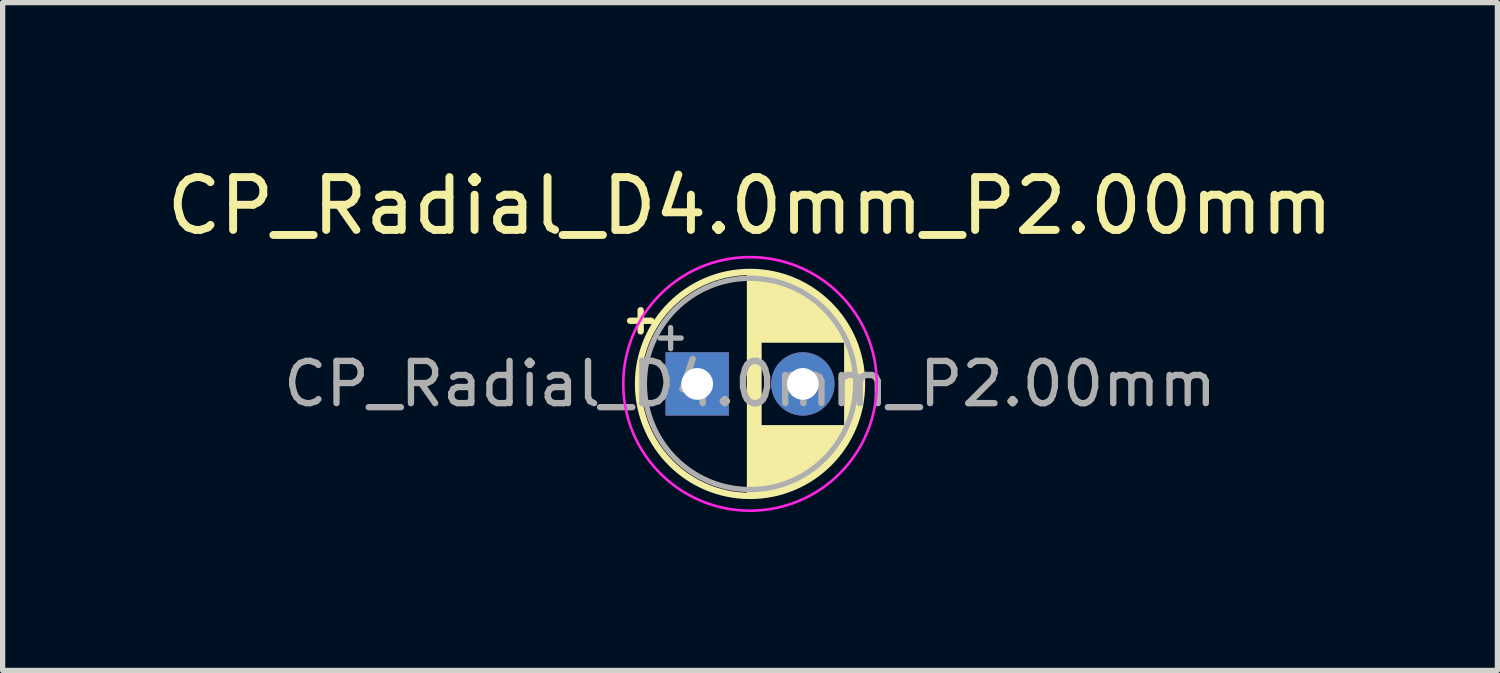
<source format=kicad_pcb>
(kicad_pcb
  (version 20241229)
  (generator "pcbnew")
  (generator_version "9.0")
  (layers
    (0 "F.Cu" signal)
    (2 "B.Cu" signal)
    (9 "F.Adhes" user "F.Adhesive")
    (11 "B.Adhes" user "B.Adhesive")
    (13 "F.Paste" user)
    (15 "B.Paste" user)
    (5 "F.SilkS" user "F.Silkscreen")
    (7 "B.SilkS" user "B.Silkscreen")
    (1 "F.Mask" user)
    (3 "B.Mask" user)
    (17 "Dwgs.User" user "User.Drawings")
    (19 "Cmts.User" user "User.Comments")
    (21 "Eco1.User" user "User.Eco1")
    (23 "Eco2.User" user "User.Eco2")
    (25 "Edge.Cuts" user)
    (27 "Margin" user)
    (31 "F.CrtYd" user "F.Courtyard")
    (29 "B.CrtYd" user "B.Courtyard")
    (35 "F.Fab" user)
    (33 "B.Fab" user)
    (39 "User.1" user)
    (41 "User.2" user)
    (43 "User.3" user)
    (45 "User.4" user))
  (footprint "CP_Radial_D4.0mm_P2.00mm"
    (layer "F.Cu")
    (at 10.149 4.218)
    (property "Reference" "CP_Radial_D4.0mm_P2.00mm" (at 1 -3.37 0) (layer "F.SilkS") (effects (font (size 1 1) (thickness 0.15))))
    (attr through_hole)
    (fp_line (start -1.27 -1.195) (end -0.87 -1.195) (stroke (width 0.12) (type solid)) (layer "F.SilkS"))
    (fp_line (start -1.07 -1.395) (end -1.07 -0.995) (stroke (width 0.12) (type solid)) (layer "F.SilkS"))
    (fp_line (start 1 -2.08) (end 1 2.08) (stroke (width 0.12) (type solid)) (layer "F.SilkS"))
    (fp_line (start 1.04 -2.08) (end 1.04 2.08) (stroke (width 0.12) (type solid)) (layer "F.SilkS"))
    (fp_line (start 1.08 -2.079) (end 1.08 2.079) (stroke (width 0.12) (type solid)) (layer "F.SilkS"))
    (fp_line (start 1.12 -2.077) (end 1.12 2.077) (stroke (width 0.12) (type solid)) (layer "F.SilkS"))
    (fp_line (start 1.16 -2.074) (end 1.16 2.074) (stroke (width 0.12) (type solid)) (layer "F.SilkS"))
    (fp_line (start 1.2 -2.071) (end 1.2 -0.84) (stroke (width 0.12) (type solid)) (layer "F.SilkS"))
    (fp_line (start 1.2 0.84) (end 1.2 2.071) (stroke (width 0.12) (type solid)) (layer "F.SilkS"))
    (fp_line (start 1.24 -2.067) (end 1.24 -0.84) (stroke (width 0.12) (type solid)) (layer "F.SilkS"))
    (fp_line (start 1.24 0.84) (end 1.24 2.067) (stroke (width 0.12) (type solid)) (layer "F.SilkS"))
    (fp_line (start 1.28 -2.062) (end 1.28 -0.84) (stroke (width 0.12) (type solid)) (layer "F.SilkS"))
    (fp_line (start 1.28 0.84) (end 1.28 2.062) (stroke (width 0.12) (type solid)) (layer "F.SilkS"))
    (fp_line (start 1.32 -2.056) (end 1.32 -0.84) (stroke (width 0.12) (type solid)) (layer "F.SilkS"))
    (fp_line (start 1.32 0.84) (end 1.32 2.056) (stroke (width 0.12) (type solid)) (layer "F.SilkS"))
    (fp_line (start 1.36 -2.05) (end 1.36 -0.84) (stroke (width 0.12) (type solid)) (layer "F.SilkS"))
    (fp_line (start 1.36 0.84) (end 1.36 2.05) (stroke (width 0.12) (type solid)) (layer "F.SilkS"))
    (fp_line (start 1.4 -2.042) (end 1.4 -0.84) (stroke (width 0.12) (type solid)) (layer "F.SilkS"))
    (fp_line (start 1.4 0.84) (end 1.4 2.042) (stroke (width 0.12) (type solid)) (layer "F.SilkS"))
    (fp_line (start 1.44 -2.034) (end 1.44 -0.84) (stroke (width 0.12) (type solid)) (layer "F.SilkS"))
    (fp_line (start 1.44 0.84) (end 1.44 2.034) (stroke (width 0.12) (type solid)) (layer "F.SilkS"))
    (fp_line (start 1.48 -2.025) (end 1.48 -0.84) (stroke (width 0.12) (type solid)) (layer "F.SilkS"))
    (fp_line (start 1.48 0.84) (end 1.48 2.025) (stroke (width 0.12) (type solid)) (layer "F.SilkS"))
    (fp_line (start 1.52 -2.016) (end 1.52 -0.84) (stroke (width 0.12) (type solid)) (layer "F.SilkS"))
    (fp_line (start 1.52 0.84) (end 1.52 2.016) (stroke (width 0.12) (type solid)) (layer "F.SilkS"))
    (fp_line (start 1.56 -2.005) (end 1.56 -0.84) (stroke (width 0.12) (type solid)) (layer "F.SilkS"))
    (fp_line (start 1.56 0.84) (end 1.56 2.005) (stroke (width 0.12) (type solid)) (layer "F.SilkS"))
    (fp_line (start 1.6 -1.994) (end 1.6 -0.84) (stroke (width 0.12) (type solid)) (layer "F.SilkS"))
    (fp_line (start 1.6 0.84) (end 1.6 1.994) (stroke (width 0.12) (type solid)) (layer "F.SilkS"))
    (fp_line (start 1.64 -1.982) (end 1.64 -0.84) (stroke (width 0.12) (type solid)) (layer "F.SilkS"))
    (fp_line (start 1.64 0.84) (end 1.64 1.982) (stroke (width 0.12) (type solid)) (layer "F.SilkS"))
    (fp_line (start 1.68 -1.968) (end 1.68 -0.84) (stroke (width 0.12) (type solid)) (layer "F.SilkS"))
    (fp_line (start 1.68 0.84) (end 1.68 1.968) (stroke (width 0.12) (type solid)) (layer "F.SilkS"))
    (fp_line (start 1.721 -1.954) (end 1.721 -0.84) (stroke (width 0.12) (type solid)) (layer "F.SilkS"))
    (fp_line (start 1.721 0.84) (end 1.721 1.954) (stroke (width 0.12) (type solid)) (layer "F.SilkS"))
    (fp_line (start 1.761 -1.94) (end 1.761 -0.84) (stroke (width 0.12) (type solid)) (layer "F.SilkS"))
    (fp_line (start 1.761 0.84) (end 1.761 1.94) (stroke (width 0.12) (type solid)) (layer "F.SilkS"))
    (fp_line (start 1.801 -1.924) (end 1.801 -0.84) (stroke (width 0.12) (type solid)) (layer "F.SilkS"))
    (fp_line (start 1.801 0.84) (end 1.801 1.924) (stroke (width 0.12) (type solid)) (layer "F.SilkS"))
    (fp_line (start 1.841 -1.907) (end 1.841 -0.84) (stroke (width 0.12) (type solid)) (layer "F.SilkS"))
    (fp_line (start 1.841 0.84) (end 1.841 1.907) (stroke (width 0.12) (type solid)) (layer "F.SilkS"))
    (fp_line (start 1.881 -1.889) (end 1.881 -0.84) (stroke (width 0.12) (type solid)) (layer "F.SilkS"))
    (fp_line (start 1.881 0.84) (end 1.881 1.889) (stroke (width 0.12) (type solid)) (layer "F.SilkS"))
    (fp_line (start 1.921 -1.87) (end 1.921 -0.84) (stroke (width 0.12) (type solid)) (layer "F.SilkS"))
    (fp_line (start 1.921 0.84) (end 1.921 1.87) (stroke (width 0.12) (type solid)) (layer "F.SilkS"))
    (fp_line (start 1.961 -1.851) (end 1.961 -0.84) (stroke (width 0.12) (type solid)) (layer "F.SilkS"))
    (fp_line (start 1.961 0.84) (end 1.961 1.851) (stroke (width 0.12) (type solid)) (layer "F.SilkS"))
    (fp_line (start 2.001 -1.83) (end 2.001 -0.84) (stroke (width 0.12) (type solid)) (layer "F.SilkS"))
    (fp_line (start 2.001 0.84) (end 2.001 1.83) (stroke (width 0.12) (type solid)) (layer "F.SilkS"))
    (fp_line (start 2.041 -1.808) (end 2.041 -0.84) (stroke (width 0.12) (type solid)) (layer "F.SilkS"))
    (fp_line (start 2.041 0.84) (end 2.041 1.808) (stroke (width 0.12) (type solid)) (layer "F.SilkS"))
    (fp_line (start 2.081 -1.785) (end 2.081 -0.84) (stroke (width 0.12) (type solid)) (layer "F.SilkS"))
    (fp_line (start 2.081 0.84) (end 2.081 1.785) (stroke (width 0.12) (type solid)) (layer "F.SilkS"))
    (fp_line (start 2.121 -1.76) (end 2.121 -0.84) (stroke (width 0.12) (type solid)) (layer "F.SilkS"))
    (fp_line (start 2.121 0.84) (end 2.121 1.76) (stroke (width 0.12) (type solid)) (layer "F.SilkS"))
    (fp_line (start 2.161 -1.735) (end 2.161 -0.84) (stroke (width 0.12) (type solid)) (layer "F.SilkS"))
    (fp_line (start 2.161 0.84) (end 2.161 1.735) (stroke (width 0.12) (type solid)) (layer "F.SilkS"))
    (fp_line (start 2.201 -1.708) (end 2.201 -0.84) (stroke (width 0.12) (type solid)) (layer "F.SilkS"))
    (fp_line (start 2.201 0.84) (end 2.201 1.708) (stroke (width 0.12) (type solid)) (layer "F.SilkS"))
    (fp_line (start 2.241 -1.68) (end 2.241 -0.84) (stroke (width 0.12) (type solid)) (layer "F.SilkS"))
    (fp_line (start 2.241 0.84) (end 2.241 1.68) (stroke (width 0.12) (type solid)) (layer "F.SilkS"))
    (fp_line (start 2.281 -1.65) (end 2.281 -0.84) (stroke (width 0.12) (type solid)) (layer "F.SilkS"))
    (fp_line (start 2.281 0.84) (end 2.281 1.65) (stroke (width 0.12) (type solid)) (layer "F.SilkS"))
    (fp_line (start 2.321 -1.619) (end 2.321 -0.84) (stroke (width 0.12) (type solid)) (layer "F.SilkS"))
    (fp_line (start 2.321 0.84) (end 2.321 1.619) (stroke (width 0.12) (type solid)) (layer "F.SilkS"))
    (fp_line (start 2.361 -1.587) (end 2.361 -0.84) (stroke (width 0.12) (type solid)) (layer "F.SilkS"))
    (fp_line (start 2.361 0.84) (end 2.361 1.587) (stroke (width 0.12) (type solid)) (layer "F.SilkS"))
    (fp_line (start 2.401 -1.552) (end 2.401 -0.84) (stroke (width 0.12) (type solid)) (layer "F.SilkS"))
    (fp_line (start 2.401 0.84) (end 2.401 1.552) (stroke (width 0.12) (type solid)) (layer "F.SilkS"))
    (fp_line (start 2.441 -1.516) (end 2.441 -0.84) (stroke (width 0.12) (type solid)) (layer "F.SilkS"))
    (fp_line (start 2.441 0.84) (end 2.441 1.516) (stroke (width 0.12) (type solid)) (layer "F.SilkS"))
    (fp_line (start 2.481 -1.478) (end 2.481 -0.84) (stroke (width 0.12) (type solid)) (layer "F.SilkS"))
    (fp_line (start 2.481 0.84) (end 2.481 1.478) (stroke (width 0.12) (type solid)) (layer "F.SilkS"))
    (fp_line (start 2.521 -1.438) (end 2.521 -0.84) (stroke (width 0.12) (type solid)) (layer "F.SilkS"))
    (fp_line (start 2.521 0.84) (end 2.521 1.438) (stroke (width 0.12) (type solid)) (layer "F.SilkS"))
    (fp_line (start 2.561 -1.396) (end 2.561 -0.84) (stroke (width 0.12) (type solid)) (layer "F.SilkS"))
    (fp_line (start 2.561 0.84) (end 2.561 1.396) (stroke (width 0.12) (type solid)) (layer "F.SilkS"))
    (fp_line (start 2.601 -1.351) (end 2.601 -0.84) (stroke (width 0.12) (type solid)) (layer "F.SilkS"))
    (fp_line (start 2.601 0.84) (end 2.601 1.351) (stroke (width 0.12) (type solid)) (layer "F.SilkS"))
    (fp_line (start 2.641 -1.304) (end 2.641 -0.84) (stroke (width 0.12) (type solid)) (layer "F.SilkS"))
    (fp_line (start 2.641 0.84) (end 2.641 1.304) (stroke (width 0.12) (type solid)) (layer "F.SilkS"))
    (fp_line (start 2.681 -1.254) (end 2.681 -0.84) (stroke (width 0.12) (type solid)) (layer "F.SilkS"))
    (fp_line (start 2.681 0.84) (end 2.681 1.254) (stroke (width 0.12) (type solid)) (layer "F.SilkS"))
    (fp_line (start 2.721 -1.2) (end 2.721 -0.84) (stroke (width 0.12) (type solid)) (layer "F.SilkS"))
    (fp_line (start 2.721 0.84) (end 2.721 1.2) (stroke (width 0.12) (type solid)) (layer "F.SilkS"))
    (fp_line (start 2.761 -1.142) (end 2.761 -0.84) (stroke (width 0.12) (type solid)) (layer "F.SilkS"))
    (fp_line (start 2.761 0.84) (end 2.761 1.142) (stroke (width 0.12) (type solid)) (layer "F.SilkS"))
    (fp_line (start 2.801 -1.08) (end 2.801 -0.84) (stroke (width 0.12) (type solid)) (layer "F.SilkS"))
    (fp_line (start 2.801 0.84) (end 2.801 1.08) (stroke (width 0.12) (type solid)) (layer "F.SilkS"))
    (fp_line (start 2.841 -1.013) (end 2.841 1.013) (stroke (width 0.12) (type solid)) (layer "F.SilkS"))
    (fp_line (start 2.881 -0.94) (end 2.881 0.94) (stroke (width 0.12) (type solid)) (layer "F.SilkS"))
    (fp_line (start 2.921 -0.859) (end 2.921 0.859) (stroke (width 0.12) (type solid)) (layer "F.SilkS"))
    (fp_line (start 2.961 -0.768) (end 2.961 0.768) (stroke (width 0.12) (type solid)) (layer "F.SilkS"))
    (fp_line (start 3.001 -0.664) (end 3.001 0.664) (stroke (width 0.12) (type solid)) (layer "F.SilkS"))
    (fp_line (start 3.041 -0.537) (end 3.041 0.537) (stroke (width 0.12) (type solid)) (layer "F.SilkS"))
    (fp_line (start 3.081 -0.37) (end 3.081 0.37) (stroke (width 0.12) (type solid)) (layer "F.SilkS"))
    (fp_circle (center 1 0) (end 3.12 0) (stroke (width 0.12) (type solid)) (fill no) (layer "F.SilkS"))
    (fp_circle (center 1 0) (end 3.4 0) (stroke (width 0.05) (type solid)) (fill no) (layer "F.CrtYd"))
    (fp_line (start -0.703 -0.868) (end -0.303 -0.868) (stroke (width 0.1) (type solid)) (layer "F.Fab"))
    (fp_line (start -0.503 -1.067) (end -0.503 -0.667) (stroke (width 0.1) (type solid)) (layer "F.Fab"))
    (fp_circle (center 1 0) (end 3 0) (stroke (width 0.1) (type solid)) (fill no) (layer "F.Fab"))
    (fp_text user "${REFERENCE}" (at 1 0 0) (layer "F.Fab") (effects (font (size 0.8 0.8) (thickness 0.12))))
    (pad "1" thru_hole rect (at 0 0) (size 1.2 1.2) (drill 0.6) (layers "*.Cu" "*.Mask"))
    (pad "2" thru_hole circle (at 2 0) (size 1.2 1.2) (drill 0.6) (layers "*.Cu" "*.Mask")))
  (gr_rect
    (start -3 -3)
    (end 25.298 9.643)
    (stroke (width 0.1) (type default))
    (fill no)
    (layer "Edge.Cuts")))
</source>
